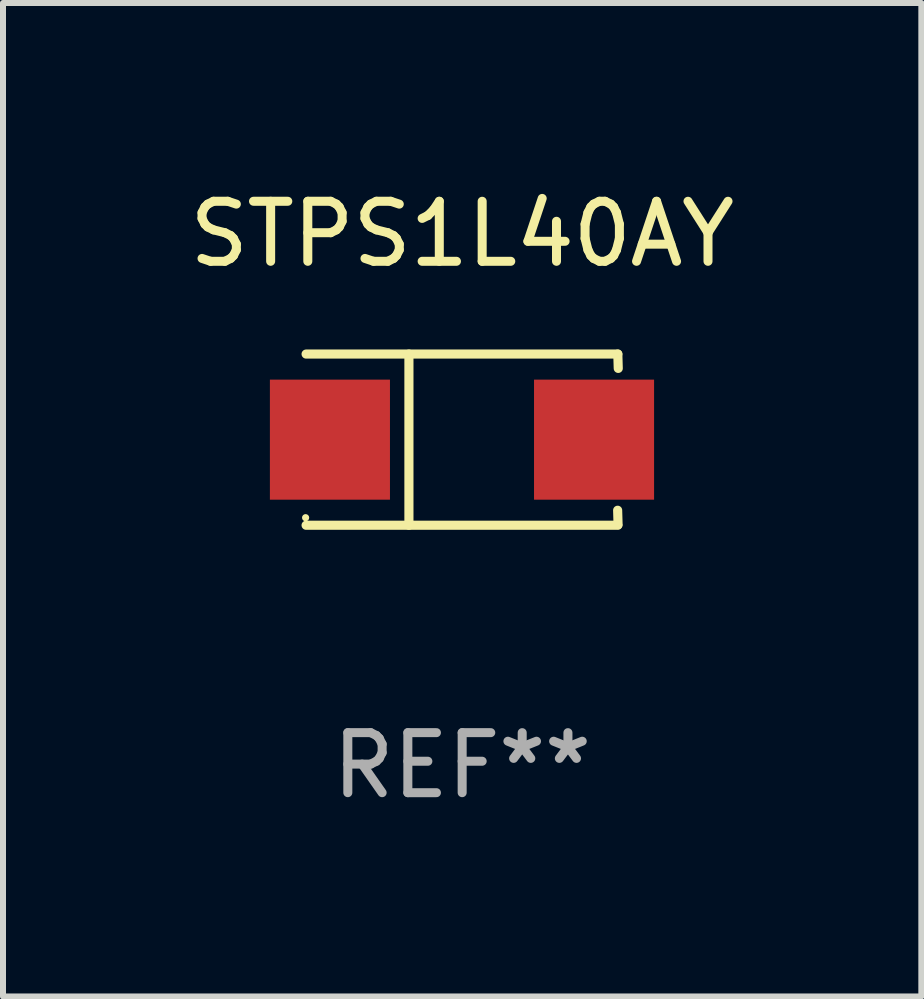
<source format=kicad_pcb>
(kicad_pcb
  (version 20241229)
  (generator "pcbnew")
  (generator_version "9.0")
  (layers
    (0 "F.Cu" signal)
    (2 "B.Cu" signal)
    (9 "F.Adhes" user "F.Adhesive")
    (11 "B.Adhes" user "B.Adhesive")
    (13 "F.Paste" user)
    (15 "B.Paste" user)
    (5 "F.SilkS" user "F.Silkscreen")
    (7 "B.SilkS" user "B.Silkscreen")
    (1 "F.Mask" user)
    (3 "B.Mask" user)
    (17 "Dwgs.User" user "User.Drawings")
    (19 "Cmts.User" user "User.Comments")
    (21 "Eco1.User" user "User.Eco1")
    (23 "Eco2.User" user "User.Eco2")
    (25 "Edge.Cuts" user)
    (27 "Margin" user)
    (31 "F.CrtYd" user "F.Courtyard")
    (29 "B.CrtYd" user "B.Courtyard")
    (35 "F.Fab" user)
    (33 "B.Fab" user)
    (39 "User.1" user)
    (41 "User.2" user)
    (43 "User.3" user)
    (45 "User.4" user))
  (footprint "STPS1L40AY"
    (layer "F.Cu")
    (at 4.649 4.274)
    (property "Reference" "STPS1L40AY" (at 0 -3.426 0) (layer "F.SilkS") (effects (font (size 1 1) (thickness 0.15))))
    (attr through_hole)
    (fp_line (start -2.6 -1.426) (end 2.593 -1.426) (stroke (width 0.152) (type solid)) (layer "F.SilkS"))
    (fp_line (start -2.6 1.426) (end 2.593 1.426) (stroke (width 0.152) (type solid)) (layer "F.SilkS"))
    (fp_line (start -0.887 -1.426) (end -0.887 1.426) (stroke (width 0.152) (type solid)) (layer "F.SilkS"))
    (fp_line (start 2.59 1.176) (end 2.597 1.415) (stroke (width 0.152) (type solid)) (layer "F.SilkS"))
    (fp_line (start 2.593 -1.426) (end 2.6 -1.187) (stroke (width 0.152) (type solid)) (layer "F.SilkS"))
    (fp_circle (center -2.608 1.3) (end -2.578 1.3) (stroke (width 0.06) (type solid)) (fill no) (layer "F.SilkS"))
    (fp_text user "REF**" (at 0 5.426 0) (layer "F.Fab") (effects (font (size 1 1) (thickness 0.15))))
    (pad "1" smd rect (at -2.203 0 180) (size 2 2) (layers "F.Cu" "F.Mask" "F.Paste"))
    (pad "2" smd rect (at 2.197 0 180) (size 2 2) (layers "F.Cu" "F.Mask" "F.Paste")))
  (gr_rect
    (start -3 -3)
    (end 12.298 13.549)
    (stroke (width 0.1) (type default))
    (fill no)
    (layer "Edge.Cuts")))
</source>
